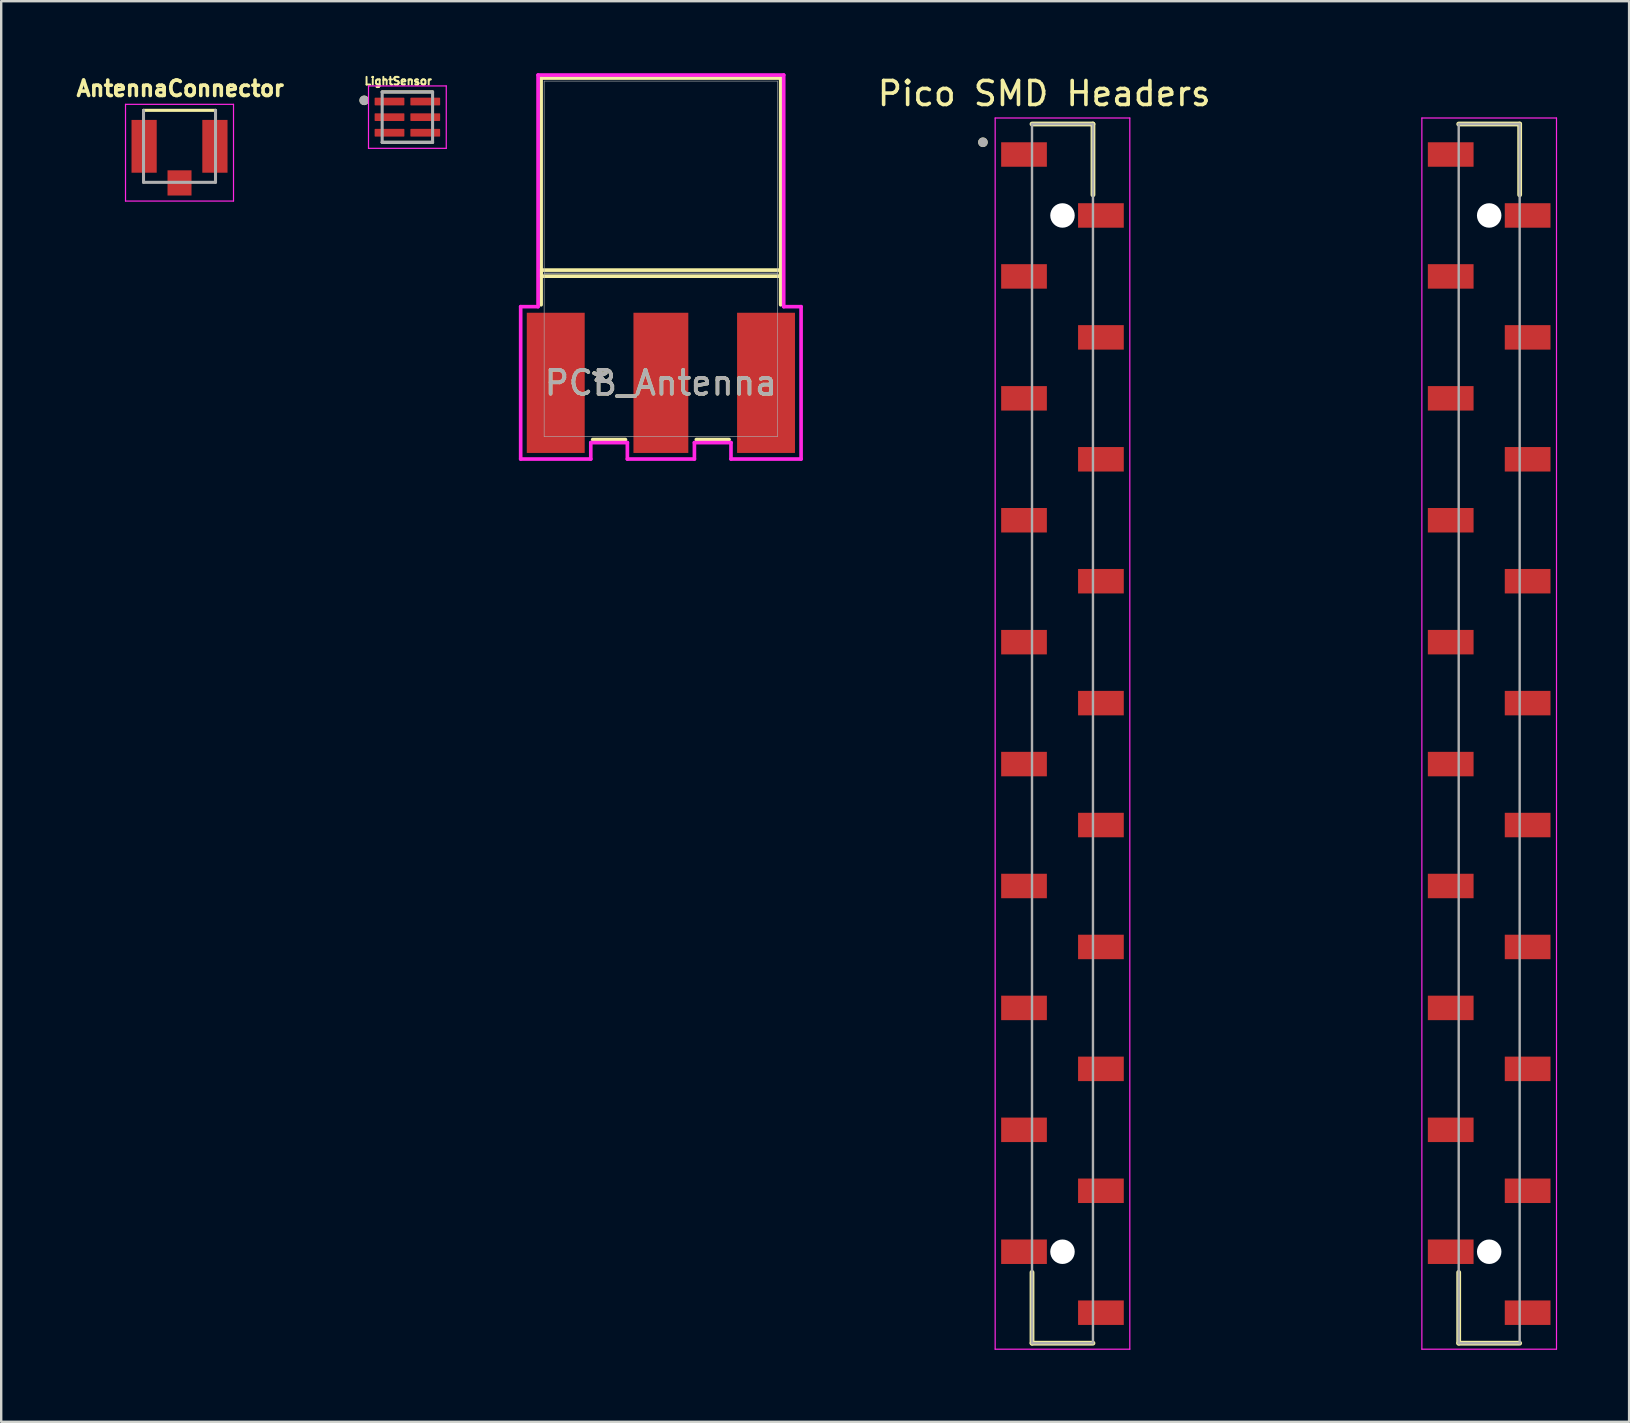
<source format=kicad_pcb>
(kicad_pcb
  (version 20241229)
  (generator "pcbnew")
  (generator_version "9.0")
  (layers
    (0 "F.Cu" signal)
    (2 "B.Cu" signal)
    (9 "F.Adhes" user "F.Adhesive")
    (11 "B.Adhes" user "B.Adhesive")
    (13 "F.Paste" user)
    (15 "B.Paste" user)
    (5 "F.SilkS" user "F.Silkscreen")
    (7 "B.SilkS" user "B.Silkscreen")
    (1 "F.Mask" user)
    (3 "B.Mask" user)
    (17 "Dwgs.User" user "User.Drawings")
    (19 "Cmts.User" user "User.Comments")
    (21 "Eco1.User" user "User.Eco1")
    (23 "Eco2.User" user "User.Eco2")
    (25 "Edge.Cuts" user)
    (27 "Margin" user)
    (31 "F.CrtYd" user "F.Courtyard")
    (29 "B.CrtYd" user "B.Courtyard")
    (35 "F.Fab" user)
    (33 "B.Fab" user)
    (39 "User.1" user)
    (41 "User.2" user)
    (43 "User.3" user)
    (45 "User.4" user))
  (footprint "LightSensor"
    (layer "F.Cu")
    (at 13.925 1.831)
    (property "Reference" "LightSensor" (at -0.384 -1.503 0) (layer "F.SilkS") (effects (font (size 0.32 0.32) (thickness 0.15))))
    (attr smd)
    (fp_line (start -1.05 -1.05) (end 1.05 -1.05) (stroke (width 0.127) (type solid)) (layer "F.SilkS"))
    (fp_line (start -1.05 1.05) (end 1.05 1.05) (stroke (width 0.127) (type solid)) (layer "F.SilkS"))
    (fp_circle (center -1.8 -0.7) (end -1.7 -0.7) (stroke (width 0.2) (type solid)) (fill no) (layer "F.SilkS"))
    (fp_line (start -1.62 -1.3) (end 1.62 -1.3) (stroke (width 0.05) (type solid)) (layer "F.CrtYd"))
    (fp_line (start -1.62 1.3) (end -1.62 -1.3) (stroke (width 0.05) (type solid)) (layer "F.CrtYd"))
    (fp_line (start 1.62 -1.3) (end 1.62 1.3) (stroke (width 0.05) (type solid)) (layer "F.CrtYd"))
    (fp_line (start 1.62 1.3) (end -1.62 1.3) (stroke (width 0.05) (type solid)) (layer "F.CrtYd"))
    (fp_line (start -1.05 -1.05) (end 1.05 -1.05) (stroke (width 0.127) (type solid)) (layer "F.Fab"))
    (fp_line (start -1.05 1.05) (end -1.05 -1.05) (stroke (width 0.127) (type solid)) (layer "F.Fab"))
    (fp_line (start 1.05 -1.05) (end 1.05 1.05) (stroke (width 0.127) (type solid)) (layer "F.Fab"))
    (fp_line (start 1.05 1.05) (end -1.05 1.05) (stroke (width 0.127) (type solid)) (layer "F.Fab"))
    (fp_circle (center -1.8 -0.7) (end -1.7 -0.7) (stroke (width 0.2) (type solid)) (fill no) (layer "F.Fab"))
    (pad "1" smd roundrect (at -0.745 -0.65) (size 1.24 0.32) (layers "F.Cu" "F.Mask" "F.Paste") (roundrect_rratio 0.08))
    (pad "2" smd roundrect (at -0.745 0) (size 1.24 0.32) (layers "F.Cu" "F.Mask" "F.Paste") (roundrect_rratio 0.08))
    (pad "3" smd roundrect (at -0.745 0.65) (size 1.24 0.32) (layers "F.Cu" "F.Mask" "F.Paste") (roundrect_rratio 0.08))
    (pad "4" smd roundrect (at 0.745 0.65) (size 1.24 0.32) (layers "F.Cu" "F.Mask" "F.Paste") (roundrect_rratio 0.08))
    (pad "5" smd roundrect (at 0.745 0) (size 1.24 0.32) (layers "F.Cu" "F.Mask" "F.Paste") (roundrect_rratio 0.08))
    (pad "6" smd roundrect (at 0.745 -0.65) (size 1.24 0.32) (layers "F.Cu" "F.Mask" "F.Paste") (roundrect_rratio 0.08)))
  (footprint "AntennaConnector"
    (layer "F.Cu")
    (at 4.43 3.047)
    (property "Reference" "AntennaConnector" (at 0.032 -2.409 0) (layer "F.SilkS") (effects (font (size 0.641 0.641) (thickness 0.15))))
    (attr smd)
    (fp_line (start -1.5 -1.5) (end 1.5 -1.5) (stroke (width 0.127) (type solid)) (layer "F.SilkS"))
    (fp_line (start -2.25 -1.75) (end 2.25 -1.75) (stroke (width 0.05) (type solid)) (layer "F.CrtYd"))
    (fp_line (start -2.25 2.28) (end -2.25 -1.75) (stroke (width 0.05) (type solid)) (layer "F.CrtYd"))
    (fp_line (start 2.25 -1.75) (end 2.25 2.28) (stroke (width 0.05) (type solid)) (layer "F.CrtYd"))
    (fp_line (start 2.25 2.28) (end -2.25 2.28) (stroke (width 0.05) (type solid)) (layer "F.CrtYd"))
    (fp_line (start -1.5 1.5) (end -1.5 -1.5) (stroke (width 0.127) (type solid)) (layer "F.Fab"))
    (fp_line (start 1.5 -1.5) (end 1.5 1.5) (stroke (width 0.127) (type solid)) (layer "F.Fab"))
    (fp_line (start 1.5 1.5) (end -1.5 1.5) (stroke (width 0.127) (type solid)) (layer "F.Fab"))
    (pad "1" smd rect (at 0 1.525) (size 1 1.05) (layers "F.Cu" "F.Mask" "F.Paste"))
    (pad "2" smd rect (at -1.475 0) (size 1.05 2.2) (layers "F.Cu" "F.Mask" "F.Paste"))
    (pad "3" smd rect (at 1.475 0) (size 1.05 2.2) (layers "F.Cu" "F.Mask" "F.Paste")))
  (footprint "PCB_Antenna"
    (layer "F.Cu")
    (at 24.488 11.735)
    (property "Reference" "PCB_Antenna" (at 0 1.168 0) (unlocked yes) (layer "F.SilkS") (effects (font (size 1 1) (thickness 0.15))))
    (attr smd)
    (fp_line (start -4.991 -11.532) (end -4.991 -3.277) (stroke (width 0.152) (type solid)) (layer "F.SilkS"))
    (fp_line (start -4.991 -3.531) (end -4.991 -2.085) (stroke (width 0.152) (type solid)) (layer "F.SilkS"))
    (fp_line (start -4.991 -3.277) (end 4.991 -3.277) (stroke (width 0.152) (type solid)) (layer "F.SilkS"))
    (fp_line (start -2.842 3.531) (end -1.476 3.531) (stroke (width 0.152) (type solid)) (layer "F.SilkS"))
    (fp_line (start 1.476 3.531) (end 2.842 3.531) (stroke (width 0.152) (type solid)) (layer "F.SilkS"))
    (fp_line (start 4.991 -11.532) (end -4.991 -11.532) (stroke (width 0.152) (type solid)) (layer "F.SilkS"))
    (fp_line (start 4.991 -3.531) (end -4.991 -3.531) (stroke (width 0.152) (type solid)) (layer "F.SilkS"))
    (fp_line (start 4.991 -3.277) (end 4.991 -11.532) (stroke (width 0.152) (type solid)) (layer "F.SilkS"))
    (fp_line (start 4.991 -2.085) (end 4.991 -3.531) (stroke (width 0.152) (type solid)) (layer "F.SilkS"))
    (fp_line (start -5.842 -2.007) (end -5.842 4.343) (stroke (width 0.152) (type solid)) (layer "F.CrtYd"))
    (fp_line (start -5.842 4.343) (end -2.921 4.343) (stroke (width 0.152) (type solid)) (layer "F.CrtYd"))
    (fp_line (start -5.118 -11.659) (end -5.118 -2.007) (stroke (width 0.152) (type solid)) (layer "F.CrtYd"))
    (fp_line (start -5.118 -2.007) (end -5.842 -2.007) (stroke (width 0.152) (type solid)) (layer "F.CrtYd"))
    (fp_line (start -2.921 3.658) (end -1.397 3.658) (stroke (width 0.152) (type solid)) (layer "F.CrtYd"))
    (fp_line (start -2.921 4.343) (end -2.921 3.658) (stroke (width 0.152) (type solid)) (layer "F.CrtYd"))
    (fp_line (start -1.397 3.658) (end -1.397 4.343) (stroke (width 0.152) (type solid)) (layer "F.CrtYd"))
    (fp_line (start -1.397 4.343) (end 1.397 4.343) (stroke (width 0.152) (type solid)) (layer "F.CrtYd"))
    (fp_line (start 1.397 3.658) (end 2.921 3.658) (stroke (width 0.152) (type solid)) (layer "F.CrtYd"))
    (fp_line (start 1.397 4.343) (end 1.397 3.658) (stroke (width 0.152) (type solid)) (layer "F.CrtYd"))
    (fp_line (start 2.921 3.658) (end 2.921 4.343) (stroke (width 0.152) (type solid)) (layer "F.CrtYd"))
    (fp_line (start 2.921 4.343) (end 5.842 4.343) (stroke (width 0.152) (type solid)) (layer "F.CrtYd"))
    (fp_line (start 5.118 -11.659) (end -5.118 -11.659) (stroke (width 0.152) (type solid)) (layer "F.CrtYd"))
    (fp_line (start 5.118 -2.007) (end 5.118 -11.659) (stroke (width 0.152) (type solid)) (layer "F.CrtYd"))
    (fp_line (start 5.842 -2.007) (end 5.118 -2.007) (stroke (width 0.152) (type solid)) (layer "F.CrtYd"))
    (fp_line (start 5.842 4.343) (end 5.842 -2.007) (stroke (width 0.152) (type solid)) (layer "F.CrtYd"))
    (fp_line (start -4.864 -11.405) (end -4.864 -3.404) (stroke (width 0.025) (type solid)) (layer "F.Fab"))
    (fp_line (start -4.864 -3.404) (end -4.864 3.404) (stroke (width 0.025) (type solid)) (layer "F.Fab"))
    (fp_line (start -4.864 -3.404) (end 4.864 -3.404) (stroke (width 0.025) (type solid)) (layer "F.Fab"))
    (fp_line (start -4.864 3.404) (end 4.864 3.404) (stroke (width 0.025) (type solid)) (layer "F.Fab"))
    (fp_line (start 4.864 -11.405) (end -4.864 -11.405) (stroke (width 0.025) (type solid)) (layer "F.Fab"))
    (fp_line (start 4.864 -3.404) (end -4.864 -3.404) (stroke (width 0.025) (type solid)) (layer "F.Fab"))
    (fp_line (start 4.864 -3.404) (end 4.864 -11.405) (stroke (width 0.025) (type solid)) (layer "F.Fab"))
    (fp_line (start 4.864 3.404) (end 4.864 -3.404) (stroke (width 0.025) (type solid)) (layer "F.Fab"))
    (fp_text user "*" (at -2.54 1.168 0) (unlocked yes) (layer "F.SilkS") (effects (font (size 1 1) (thickness 0.15))))
    (fp_text user "*" (at -2.54 1.168 0) (layer "F.SilkS") (effects (font (size 1 1) (thickness 0.15))))
    (fp_text user "${REFERENCE}" (at 0 1.168 0) (unlocked yes) (layer "F.Fab") (effects (font (size 1 1) (thickness 0.15))))
    (fp_text user "*" (at -2.54 1.168 0) (unlocked yes) (layer "F.Fab") (effects (font (size 1 1) (thickness 0.15))))
    (fp_text user "*" (at -2.54 1.168 0) (layer "F.Fab") (effects (font (size 1 1) (thickness 0.15))))
    (pad "1" smd rect (at 0 1.168) (size 2.286 5.842) (layers "F.Cu" "F.Mask" "F.Paste"))
    (pad "2" smd rect (at -4.381 1.168) (size 2.413 5.842) (layers "F.Cu" "F.Mask" "F.Paste"))
    (pad "3" smd rect (at 4.381 1.168) (size 2.413 5.842) (layers "F.Cu" "F.Mask" "F.Paste")))
  (footprint "Pico SMD Headers"
    (layer "F.Cu")
    (at 50.127 28.768)
    (property "Reference" "Pico SMD Headers" (at -9.667 -27.92 180) (layer "F.SilkS") (effects (font (size 1 1) (thickness 0.15))))
    (attr smd)
    (fp_line (start -10.175 24.15) (end -10.175 21.2) (stroke (width 0.2) (type solid)) (layer "F.SilkS"))
    (fp_line (start -7.635 -26.65) (end -10.175 -26.65) (stroke (width 0.2) (type solid)) (layer "F.SilkS"))
    (fp_line (start -7.635 -26.65) (end -7.635 -23.7) (stroke (width 0.2) (type solid)) (layer "F.SilkS"))
    (fp_line (start -7.635 24.15) (end -10.175 24.15) (stroke (width 0.2) (type solid)) (layer "F.SilkS"))
    (fp_line (start 7.605 24.15) (end 7.605 21.2) (stroke (width 0.2) (type solid)) (layer "F.SilkS"))
    (fp_line (start 10.145 -26.65) (end 7.605 -26.65) (stroke (width 0.2) (type solid)) (layer "F.SilkS"))
    (fp_line (start 10.145 -26.65) (end 10.145 -23.7) (stroke (width 0.2) (type solid)) (layer "F.SilkS"))
    (fp_line (start 10.145 24.15) (end 7.605 24.15) (stroke (width 0.2) (type solid)) (layer "F.SilkS"))
    (fp_circle (center -12.22 -25.89) (end -12.22 -25.99) (stroke (width 0.2) (type solid)) (fill no) (layer "F.SilkS"))
    (fp_line (start -11.71 -26.9) (end -6.1 -26.9) (stroke (width 0.05) (type solid)) (layer "F.CrtYd"))
    (fp_line (start -11.71 24.4) (end -11.71 -26.9) (stroke (width 0.05) (type solid)) (layer "F.CrtYd"))
    (fp_line (start -6.1 -26.9) (end -6.1 24.4) (stroke (width 0.05) (type solid)) (layer "F.CrtYd"))
    (fp_line (start -6.1 24.4) (end -11.71 24.4) (stroke (width 0.05) (type solid)) (layer "F.CrtYd"))
    (fp_line (start 6.07 -26.9) (end 11.68 -26.9) (stroke (width 0.05) (type solid)) (layer "F.CrtYd"))
    (fp_line (start 6.07 24.4) (end 6.07 -26.9) (stroke (width 0.05) (type solid)) (layer "F.CrtYd"))
    (fp_line (start 11.68 -26.9) (end 11.68 24.4) (stroke (width 0.05) (type solid)) (layer "F.CrtYd"))
    (fp_line (start 11.68 24.4) (end 6.07 24.4) (stroke (width 0.05) (type solid)) (layer "F.CrtYd"))
    (fp_line (start -10.175 -26.65) (end -7.635 -26.65) (stroke (width 0.1) (type solid)) (layer "F.Fab"))
    (fp_line (start -10.175 24.15) (end -10.175 -26.65) (stroke (width 0.1) (type solid)) (layer "F.Fab"))
    (fp_line (start -7.635 -26.65) (end -7.635 24.15) (stroke (width 0.1) (type solid)) (layer "F.Fab"))
    (fp_line (start -7.635 24.15) (end -10.175 24.15) (stroke (width 0.1) (type solid)) (layer "F.Fab"))
    (fp_line (start 7.605 -26.65) (end 10.145 -26.65) (stroke (width 0.1) (type solid)) (layer "F.Fab"))
    (fp_line (start 7.605 24.15) (end 7.605 -26.65) (stroke (width 0.1) (type solid)) (layer "F.Fab"))
    (fp_line (start 10.145 -26.65) (end 10.145 24.15) (stroke (width 0.1) (type solid)) (layer "F.Fab"))
    (fp_line (start 10.145 24.15) (end 7.605 24.15) (stroke (width 0.1) (type solid)) (layer "F.Fab"))
    (fp_circle (center -12.22 -25.89) (end -12.22 -25.99) (stroke (width 0.2) (type solid)) (fill no) (layer "F.Fab"))
    (pad "" np_thru_hole circle (at -8.905 -22.84 90) (size 1.02 1.02) (drill 1.02) (layers "*.Cu" "*.Mask"))
    (pad "" np_thru_hole circle (at -8.905 20.34 90) (size 1.02 1.02) (drill 1.02) (layers "*.Cu" "*.Mask"))
    (pad "" np_thru_hole circle (at 8.875 -22.84 90) (size 1.02 1.02) (drill 1.02) (layers "*.Cu" "*.Mask"))
    (pad "" np_thru_hole circle (at 8.875 20.34 90) (size 1.02 1.02) (drill 1.02) (layers "*.Cu" "*.Mask"))
    (pad "1" smd rect (at 7.272 -25.38 90) (size 1.02 1.905) (layers "F.Cu" "F.Mask" "F.Paste"))
    (pad "2" smd rect (at 10.477 -22.84 90) (size 1.02 1.905) (layers "F.Cu" "F.Mask" "F.Paste"))
    (pad "3" smd rect (at 7.272 -20.3 90) (size 1.02 1.905) (layers "F.Cu" "F.Mask" "F.Paste"))
    (pad "4" smd rect (at 10.477 -17.76 90) (size 1.02 1.905) (layers "F.Cu" "F.Mask" "F.Paste"))
    (pad "5" smd rect (at 7.272 -15.22 90) (size 1.02 1.905) (layers "F.Cu" "F.Mask" "F.Paste"))
    (pad "6" smd rect (at 10.477 -12.68 90) (size 1.02 1.905) (layers "F.Cu" "F.Mask" "F.Paste"))
    (pad "7" smd rect (at 7.272 -10.14 90) (size 1.02 1.905) (layers "F.Cu" "F.Mask" "F.Paste"))
    (pad "8" smd rect (at 10.477 -7.6 90) (size 1.02 1.905) (layers "F.Cu" "F.Mask" "F.Paste"))
    (pad "9" smd rect (at 7.272 -5.06 90) (size 1.02 1.905) (layers "F.Cu" "F.Mask" "F.Paste"))
    (pad "10" smd rect (at 10.477 -2.52 90) (size 1.02 1.905) (layers "F.Cu" "F.Mask" "F.Paste"))
    (pad "11" smd rect (at 7.272 0.02 90) (size 1.02 1.905) (layers "F.Cu" "F.Mask" "F.Paste"))
    (pad "12" smd rect (at 10.477 2.56 90) (size 1.02 1.905) (layers "F.Cu" "F.Mask" "F.Paste"))
    (pad "13" smd rect (at 7.272 5.1 90) (size 1.02 1.905) (layers "F.Cu" "F.Mask" "F.Paste"))
    (pad "14" smd rect (at 10.477 7.64 90) (size 1.02 1.905) (layers "F.Cu" "F.Mask" "F.Paste"))
    (pad "15" smd rect (at 7.272 10.18 90) (size 1.02 1.905) (layers "F.Cu" "F.Mask" "F.Paste"))
    (pad "16" smd rect (at 10.477 12.72 90) (size 1.02 1.905) (layers "F.Cu" "F.Mask" "F.Paste"))
    (pad "17" smd rect (at 7.272 15.26 90) (size 1.02 1.905) (layers "F.Cu" "F.Mask" "F.Paste"))
    (pad "18" smd rect (at 10.477 17.8 90) (size 1.02 1.905) (layers "F.Cu" "F.Mask" "F.Paste"))
    (pad "19" smd rect (at 7.272 20.34 90) (size 1.02 1.905) (layers "F.Cu" "F.Mask" "F.Paste"))
    (pad "20" smd rect (at 10.477 22.88 90) (size 1.02 1.905) (layers "F.Cu" "F.Mask" "F.Paste"))
    (pad "21" smd rect (at -7.303 22.88 90) (size 1.02 1.905) (layers "F.Cu" "F.Mask" "F.Paste"))
    (pad "22" smd rect (at -10.508 20.34 90) (size 1.02 1.905) (layers "F.Cu" "F.Mask" "F.Paste"))
    (pad "23" smd rect (at -7.303 17.8 90) (size 1.02 1.905) (layers "F.Cu" "F.Mask" "F.Paste"))
    (pad "24" smd rect (at -10.508 15.26 90) (size 1.02 1.905) (layers "F.Cu" "F.Mask" "F.Paste"))
    (pad "25" smd rect (at -7.303 12.72 90) (size 1.02 1.905) (layers "F.Cu" "F.Mask" "F.Paste"))
    (pad "26" smd rect (at -10.508 10.18 90) (size 1.02 1.905) (layers "F.Cu" "F.Mask" "F.Paste"))
    (pad "27" smd rect (at -7.303 7.64 90) (size 1.02 1.905) (layers "F.Cu" "F.Mask" "F.Paste"))
    (pad "28" smd rect (at -10.508 5.1 90) (size 1.02 1.905) (layers "F.Cu" "F.Mask" "F.Paste"))
    (pad "29" smd rect (at -7.303 2.56 90) (size 1.02 1.905) (layers "F.Cu" "F.Mask" "F.Paste"))
    (pad "30" smd rect (at -10.508 0.02 90) (size 1.02 1.905) (layers "F.Cu" "F.Mask" "F.Paste"))
    (pad "31" smd rect (at -7.303 -2.52 90) (size 1.02 1.905) (layers "F.Cu" "F.Mask" "F.Paste"))
    (pad "32" smd rect (at -10.508 -5.06 90) (size 1.02 1.905) (layers "F.Cu" "F.Mask" "F.Paste"))
    (pad "33" smd rect (at -7.303 -7.6 90) (size 1.02 1.905) (layers "F.Cu" "F.Mask" "F.Paste"))
    (pad "34" smd rect (at -10.508 -10.14 90) (size 1.02 1.905) (layers "F.Cu" "F.Mask" "F.Paste"))
    (pad "35" smd rect (at -7.303 -12.68 90) (size 1.02 1.905) (layers "F.Cu" "F.Mask" "F.Paste"))
    (pad "36" smd rect (at -10.508 -15.22 90) (size 1.02 1.905) (layers "F.Cu" "F.Mask" "F.Paste"))
    (pad "37" smd rect (at -7.303 -17.76 90) (size 1.02 1.905) (layers "F.Cu" "F.Mask" "F.Paste"))
    (pad "38" smd rect (at -10.508 -20.3 90) (size 1.02 1.905) (layers "F.Cu" "F.Mask" "F.Paste"))
    (pad "39" smd rect (at -7.303 -22.84 90) (size 1.02 1.905) (layers "F.Cu" "F.Mask" "F.Paste"))
    (pad "40" smd rect (at -10.508 -25.38 90) (size 1.02 1.905) (layers "F.Cu" "F.Mask" "F.Paste")))
  (gr_rect
    (start -3 -3)
    (end 64.832 56.193)
    (stroke (width 0.1) (type default))
    (fill no)
    (layer "Edge.Cuts")))
</source>
